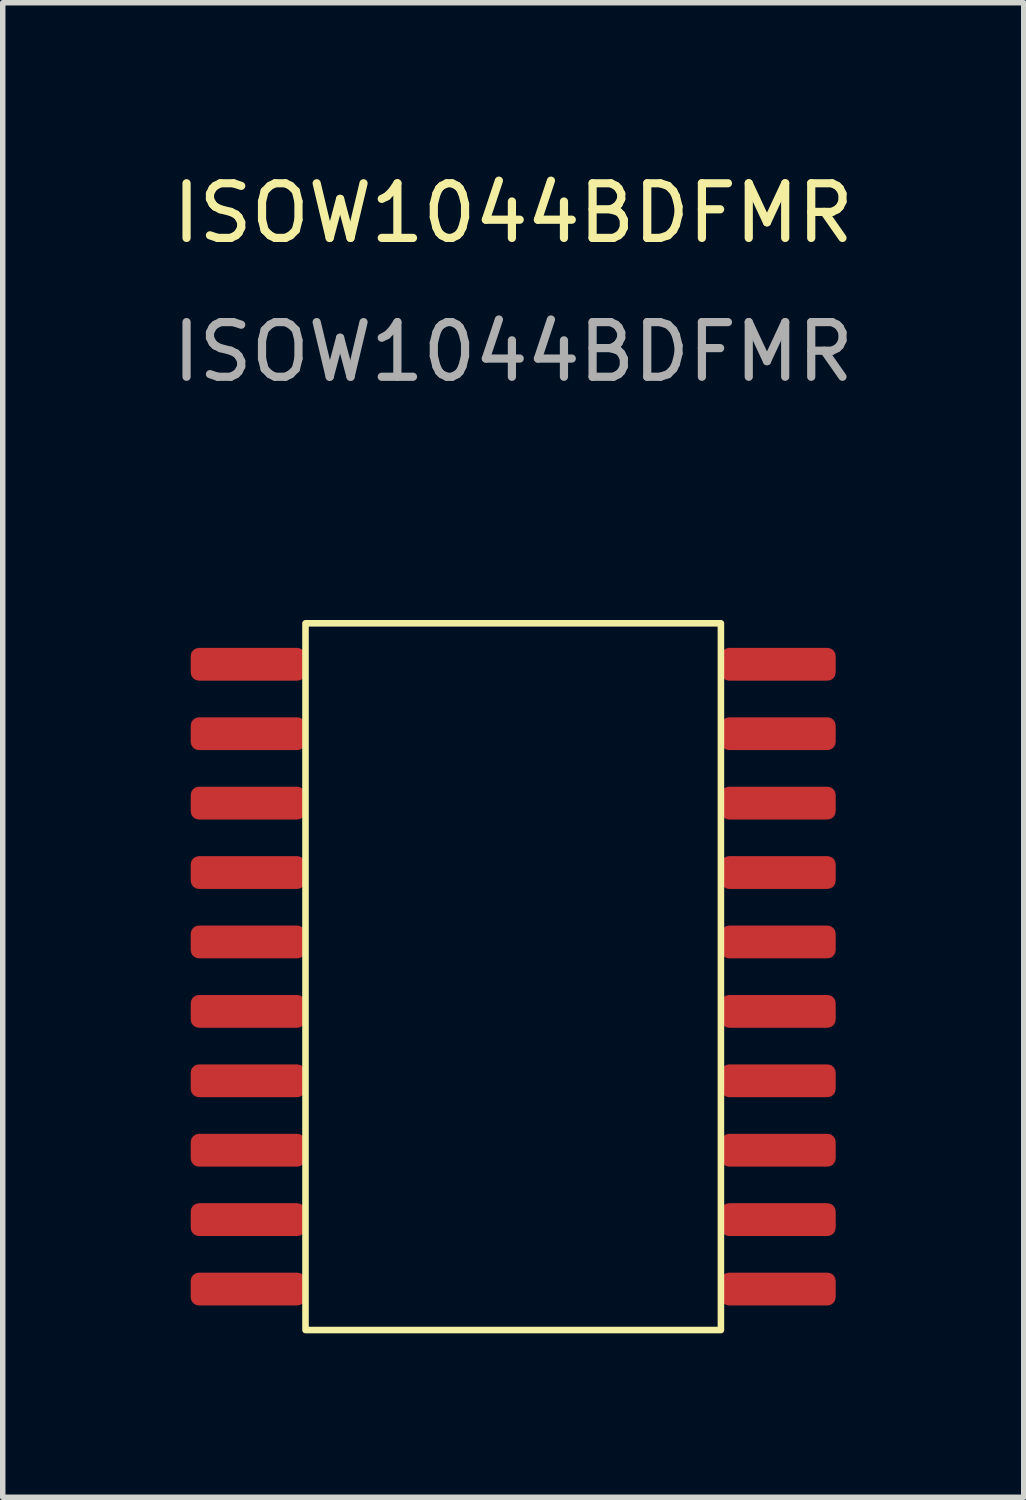
<source format=kicad_pcb>
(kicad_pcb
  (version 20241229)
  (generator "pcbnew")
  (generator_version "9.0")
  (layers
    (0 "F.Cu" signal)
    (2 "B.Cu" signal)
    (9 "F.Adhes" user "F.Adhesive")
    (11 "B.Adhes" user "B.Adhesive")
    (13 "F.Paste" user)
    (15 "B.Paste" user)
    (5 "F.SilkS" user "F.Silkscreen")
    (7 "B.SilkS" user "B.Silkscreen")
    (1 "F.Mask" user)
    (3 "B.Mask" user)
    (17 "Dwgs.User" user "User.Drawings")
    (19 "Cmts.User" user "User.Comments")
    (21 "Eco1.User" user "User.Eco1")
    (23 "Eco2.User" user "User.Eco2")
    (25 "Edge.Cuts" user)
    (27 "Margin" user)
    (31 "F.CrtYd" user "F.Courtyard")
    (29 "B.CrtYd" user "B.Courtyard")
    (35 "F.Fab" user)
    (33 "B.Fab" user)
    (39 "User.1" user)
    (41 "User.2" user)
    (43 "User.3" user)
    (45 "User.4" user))
  (footprint "ISOW1044BDFMR"
    (layer "F.Cu")
    (at 6.339 14.818)
    (property "Reference" "ISOW1044BDFMR" (at 0 -13.97 0) (unlocked yes) (layer "F.SilkS") (effects (font (size 1 1) (thickness 0.15))))
    (attr smd)
    (fp_rect (start -3.8 -6.465) (end 3.8 6.465) (stroke (width 0.12) (type solid)) (fill no) (layer "F.SilkS"))
    (fp_text user "${REFERENCE}" (at 0 -11.43 0) (unlocked yes) (layer "F.Fab") (effects (font (size 1 1) (thickness 0.15))))
    (pad "1" smd roundrect (at -4.85 -5.715) (size 2.1 0.6) (layers "F.Cu" "F.Mask" "F.Paste") (roundrect_rratio 0.25))
    (pad "2" smd roundrect (at -4.85 -4.445) (size 2.1 0.6) (layers "F.Cu" "F.Mask" "F.Paste") (roundrect_rratio 0.25))
    (pad "3" smd roundrect (at -4.85 -3.175) (size 2.1 0.6) (layers "F.Cu" "F.Mask" "F.Paste") (roundrect_rratio 0.25))
    (pad "4" smd roundrect (at -4.85 -1.905) (size 2.1 0.6) (layers "F.Cu" "F.Mask" "F.Paste") (roundrect_rratio 0.25))
    (pad "5" smd roundrect (at -4.85 -0.635) (size 2.1 0.6) (layers "F.Cu" "F.Mask" "F.Paste") (roundrect_rratio 0.25))
    (pad "6" smd roundrect (at -4.85 0.635) (size 2.1 0.6) (layers "F.Cu" "F.Mask" "F.Paste") (roundrect_rratio 0.25))
    (pad "7" smd roundrect (at -4.85 1.905) (size 2.1 0.6) (layers "F.Cu" "F.Mask" "F.Paste") (roundrect_rratio 0.25))
    (pad "8" smd roundrect (at -4.85 3.175) (size 2.1 0.6) (layers "F.Cu" "F.Mask" "F.Paste") (roundrect_rratio 0.25))
    (pad "9" smd roundrect (at -4.85 4.445) (size 2.1 0.6) (layers "F.Cu" "F.Mask" "F.Paste") (roundrect_rratio 0.25))
    (pad "10" smd roundrect (at -4.85 5.715) (size 2.1 0.6) (layers "F.Cu" "F.Mask" "F.Paste") (roundrect_rratio 0.25))
    (pad "11" smd roundrect (at 4.85 5.715) (size 2.1 0.6) (layers "F.Cu" "F.Mask" "F.Paste") (roundrect_rratio 0.25))
    (pad "12" smd roundrect (at 4.85 4.445) (size 2.1 0.6) (layers "F.Cu" "F.Mask" "F.Paste") (roundrect_rratio 0.25))
    (pad "13" smd roundrect (at 4.85 3.175) (size 2.1 0.6) (layers "F.Cu" "F.Mask" "F.Paste") (roundrect_rratio 0.25))
    (pad "14" smd roundrect (at 4.85 1.905) (size 2.1 0.6) (layers "F.Cu" "F.Mask" "F.Paste") (roundrect_rratio 0.25))
    (pad "15" smd roundrect (at 4.85 0.635) (size 2.1 0.6) (layers "F.Cu" "F.Mask" "F.Paste") (roundrect_rratio 0.25))
    (pad "16" smd roundrect (at 4.85 -0.635) (size 2.1 0.6) (layers "F.Cu" "F.Mask" "F.Paste") (roundrect_rratio 0.25))
    (pad "17" smd roundrect (at 4.85 -1.905) (size 2.1 0.6) (layers "F.Cu" "F.Mask" "F.Paste") (roundrect_rratio 0.25))
    (pad "18" smd roundrect (at 4.85 -3.175) (size 2.1 0.6) (layers "F.Cu" "F.Mask" "F.Paste") (roundrect_rratio 0.25))
    (pad "19" smd roundrect (at 4.85 -4.445) (size 2.1 0.6) (layers "F.Cu" "F.Mask" "F.Paste") (roundrect_rratio 0.25))
    (pad "20" smd roundrect (at 4.85 -5.715) (size 2.1 0.6) (layers "F.Cu" "F.Mask" "F.Paste") (roundrect_rratio 0.25)))
  (gr_rect
    (start -3 -3)
    (end 15.679 24.343)
    (stroke (width 0.1) (type default))
    (fill no)
    (layer "Edge.Cuts")))
</source>
